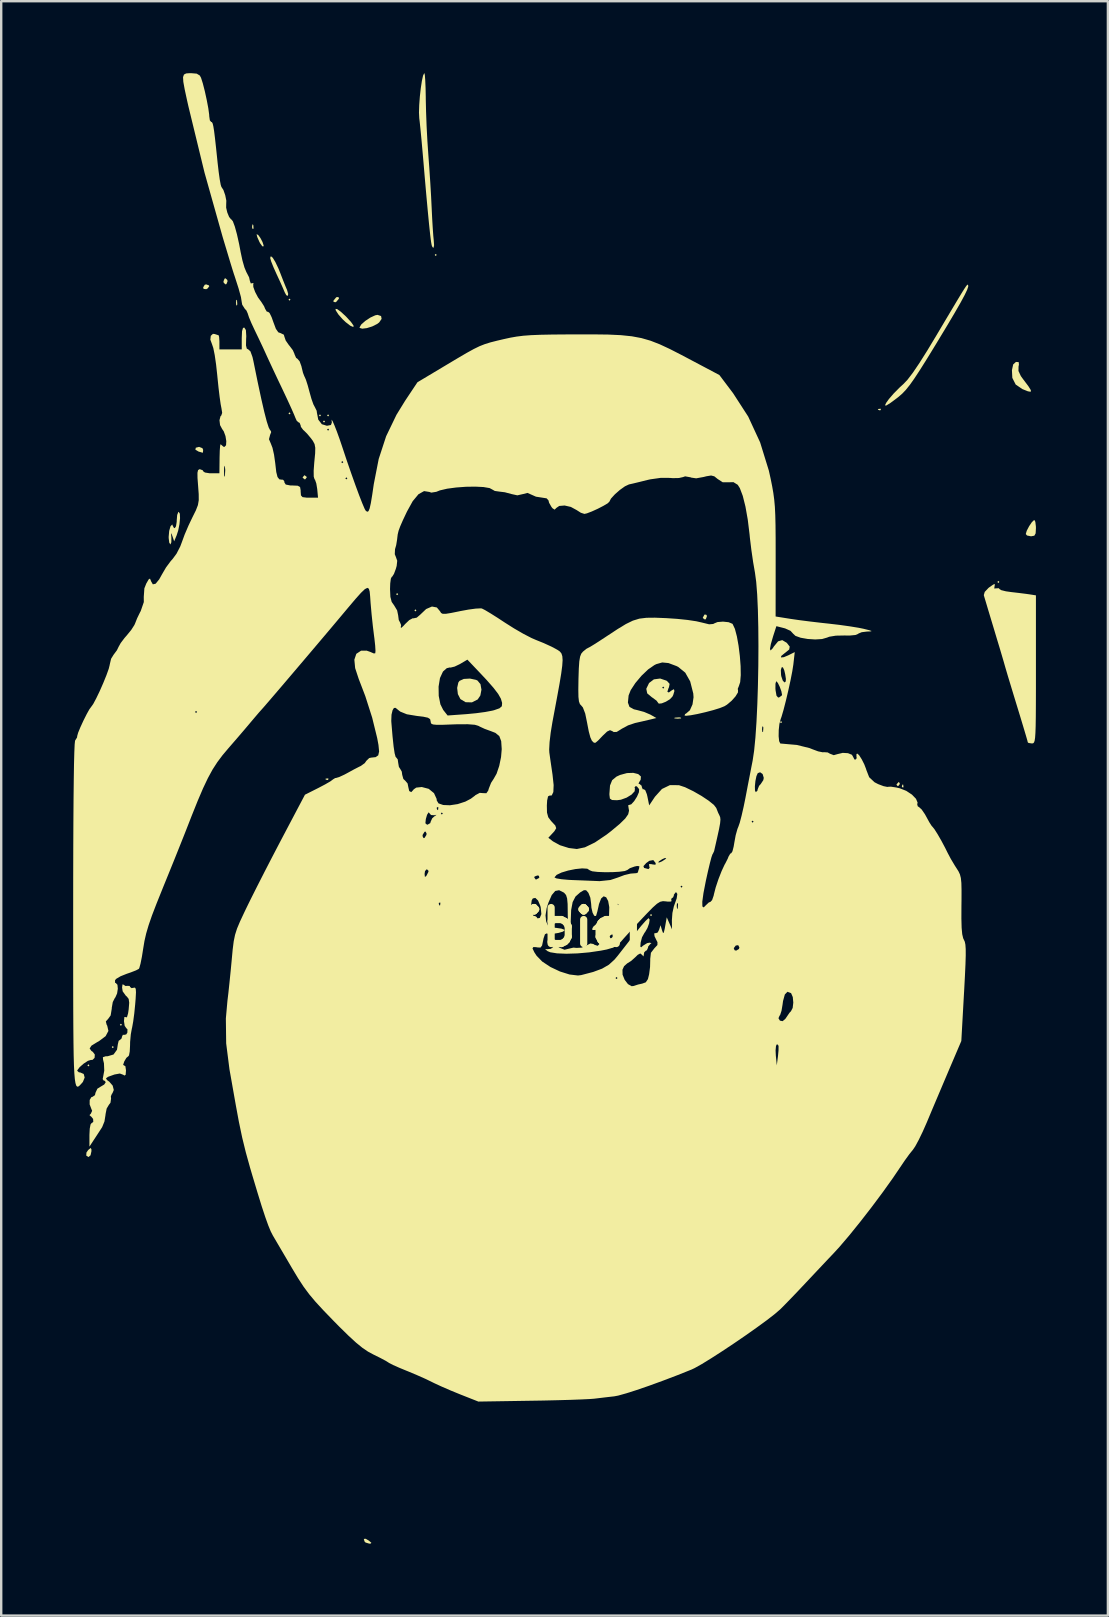
<source format=kicad_pcb>
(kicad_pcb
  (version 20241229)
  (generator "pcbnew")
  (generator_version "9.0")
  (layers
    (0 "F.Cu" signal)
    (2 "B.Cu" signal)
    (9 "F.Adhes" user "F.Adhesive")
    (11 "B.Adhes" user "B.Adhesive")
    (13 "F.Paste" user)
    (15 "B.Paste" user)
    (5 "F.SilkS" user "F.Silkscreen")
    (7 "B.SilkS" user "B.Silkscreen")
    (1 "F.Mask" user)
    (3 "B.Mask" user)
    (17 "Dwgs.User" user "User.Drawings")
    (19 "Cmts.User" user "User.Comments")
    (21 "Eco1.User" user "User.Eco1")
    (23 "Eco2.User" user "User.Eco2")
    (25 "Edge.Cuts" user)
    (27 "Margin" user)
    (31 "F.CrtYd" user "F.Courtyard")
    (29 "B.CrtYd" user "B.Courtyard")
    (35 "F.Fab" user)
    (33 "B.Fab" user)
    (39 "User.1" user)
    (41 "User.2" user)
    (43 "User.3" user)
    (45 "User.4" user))
  (footprint "skibidi"
    (layer "F.Cu")
    (at 20.066 35.602)
    (property "Reference" "skibidi" (at 0 0 0) (layer "F.SilkS") (effects (font (size 1.5 1.5) (thickness 0.3))))
    (attr board_only exclude_from_pos_files exclude_from_bom)
    (fp_poly (pts (xy -19.389 5.757) (xy -19.431 5.8) (xy -19.473 5.757) (xy -19.431 5.715)) (stroke (width 0) (type solid)) (fill yes) (layer "F.SilkS"))
    (fp_poly (pts (xy -18.373 4.995) (xy -18.415 5.038) (xy -18.457 4.995) (xy -18.415 4.953)) (stroke (width 0) (type solid)) (fill yes) (layer "F.SilkS"))
    (fp_poly (pts (xy -18.034 4.064) (xy -18.076 4.106) (xy -18.119 4.064) (xy -18.076 4.022)) (stroke (width 0) (type solid)) (fill yes) (layer "F.SilkS"))
    (fp_poly (pts (xy -11.007 -26.162) (xy -11.049 -26.12) (xy -11.091 -26.162) (xy -11.049 -26.204)) (stroke (width 0) (type solid)) (fill yes) (layer "F.SilkS"))
    (fp_poly (pts (xy -11.007 -21.421) (xy -11.049 -21.378) (xy -11.091 -21.421) (xy -11.049 -21.463)) (stroke (width 0) (type solid)) (fill yes) (layer "F.SilkS"))
    (fp_poly (pts (xy -9.737 -21.336) (xy -9.779 -21.294) (xy -9.821 -21.336) (xy -9.779 -21.378)) (stroke (width 0) (type solid)) (fill yes) (layer "F.SilkS"))
    (fp_poly (pts (xy -9.567 -21.082) (xy -9.61 -21.04) (xy -9.652 -21.082) (xy -9.61 -21.124)) (stroke (width 0) (type solid)) (fill yes) (layer "F.SilkS"))
    (fp_poly (pts (xy -9.398 -21.336) (xy -9.44 -21.294) (xy -9.483 -21.336) (xy -9.44 -21.378)) (stroke (width 0) (type solid)) (fill yes) (layer "F.SilkS"))
    (fp_poly (pts (xy -6.519 -13.885) (xy -6.562 -13.843) (xy -6.604 -13.885) (xy -6.562 -13.928)) (stroke (width 0) (type solid)) (fill yes) (layer "F.SilkS"))
    (fp_poly (pts (xy -5.757 -13.208) (xy -5.8 -13.166) (xy -5.842 -13.208) (xy -5.8 -13.25)) (stroke (width 0) (type solid)) (fill yes) (layer "F.SilkS"))
    (fp_poly (pts (xy -4.911 -28.025) (xy -4.953 -27.982) (xy -4.995 -28.025) (xy -4.953 -28.067)) (stroke (width 0) (type solid)) (fill yes) (layer "F.SilkS"))
    (fp_poly (pts (xy 4.064 -0.508) (xy 4.022 -0.466) (xy 3.979 -0.508) (xy 4.022 -0.55)) (stroke (width 0) (type solid)) (fill yes) (layer "F.SilkS"))
    (fp_poly (pts (xy 9.483 -8.551) (xy 9.44 -8.509) (xy 9.398 -8.551) (xy 9.44 -8.594)) (stroke (width 0) (type solid)) (fill yes) (layer "F.SilkS"))
    (fp_poly (pts (xy 18.542 -14.393) (xy 18.5 -14.351) (xy 18.457 -14.393) (xy 18.5 -14.436)) (stroke (width 0) (type solid)) (fill yes) (layer "F.SilkS"))
    (fp_poly (pts (xy -13.237 -26.141) (xy -13.225 -25.967) (xy -13.237 -25.929) (xy -13.267 -25.919) (xy -13.279 -26.035) (xy -13.266 -26.155)) (stroke (width 0) (type solid)) (fill yes) (layer "F.SilkS"))
    (fp_poly (pts (xy -12.557 -29.268) (xy -12.547 -29.136) (xy -12.564 -29.106) (xy -12.603 -29.131) (xy -12.609 -29.217) (xy -12.588 -29.307)) (stroke (width 0) (type solid)) (fill yes) (layer "F.SilkS"))
    (fp_poly (pts (xy -9.426 -6.195) (xy -9.438 -6.144) (xy -9.483 -6.138) (xy -9.552 -6.169) (xy -9.539 -6.195) (xy -9.439 -6.205)) (stroke (width 0) (type solid)) (fill yes) (layer "F.SilkS"))
    (fp_poly (pts (xy 13.603 -21.604) (xy 13.591 -21.554) (xy 13.547 -21.548) (xy 13.477 -21.579) (xy 13.49 -21.604) (xy 13.591 -21.614)) (stroke (width 0) (type solid)) (fill yes) (layer "F.SilkS"))
    (fp_poly (pts (xy 14.534 -5.941) (xy 14.545 -5.84) (xy 14.534 -5.828) (xy 14.484 -5.84) (xy 14.478 -5.884) (xy 14.509 -5.954)) (stroke (width 0) (type solid)) (fill yes) (layer "F.SilkS"))
    (fp_poly (pts (xy -14.408 -26.756) (xy -14.393 -26.721) (xy -14.461 -26.629) (xy -14.52 -26.597) (xy -14.63 -26.61) (xy -14.647 -26.673) (xy -14.58 -26.783) (xy -14.52 -26.797)) (stroke (width 0) (type solid)) (fill yes) (layer "F.SilkS"))
    (fp_poly (pts (xy -13.641 -26.982) (xy -13.631 -26.924) (xy -13.677 -26.811) (xy -13.716 -26.797) (xy -13.791 -26.866) (xy -13.801 -26.924) (xy -13.755 -27.037) (xy -13.716 -27.051)) (stroke (width 0) (type solid)) (fill yes) (layer "F.SilkS"))
    (fp_poly (pts (xy -10.332 -18.774) (xy -10.329 -18.754) (xy -10.394 -18.671) (xy -10.414 -18.669) (xy -10.496 -18.733) (xy -10.499 -18.754) (xy -10.434 -18.836) (xy -10.414 -18.838)) (stroke (width 0) (type solid)) (fill yes) (layer "F.SilkS"))
    (fp_poly (pts (xy -8.986 -26.25) (xy -8.991 -26.199) (xy -9.098 -26.071) (xy -9.139 -26.051) (xy -9.217 -26.074) (xy -9.213 -26.125) (xy -9.106 -26.253) (xy -9.065 -26.273)) (stroke (width 0) (type solid)) (fill yes) (layer "F.SilkS"))
    (fp_poly (pts (xy -7.741 25.568) (xy -7.635 25.659) (xy -7.665 25.691) (xy -7.721 25.694) (xy -7.876 25.649) (xy -7.92 25.606) (xy -7.952 25.497) (xy -7.873 25.49)) (stroke (width 0) (type solid)) (fill yes) (layer "F.SilkS"))
    (fp_poly (pts (xy 5.272 -8.734) (xy 5.275 -8.706) (xy 5.142 -8.695) (xy 5.122 -8.695) (xy 4.991 -8.707) (xy 5.004 -8.733) (xy 5.018 -8.737) (xy 5.203 -8.749)) (stroke (width 0) (type solid)) (fill yes) (layer "F.SilkS"))
    (fp_poly (pts (xy 6.338 -13.019) (xy 6.35 -12.959) (xy 6.306 -12.843) (xy 6.265 -12.827) (xy 6.183 -12.888) (xy 6.181 -12.907) (xy 6.242 -13.021) (xy 6.265 -13.039)) (stroke (width 0) (type solid)) (fill yes) (layer "F.SilkS"))
    (fp_poly (pts (xy 14.392 -5.988) (xy 14.393 -5.969) (xy 14.328 -5.888) (xy 14.304 -5.884) (xy 14.253 -5.936) (xy 14.266 -5.969) (xy 14.342 -6.05) (xy 14.356 -6.054)) (stroke (width 0) (type solid)) (fill yes) (layer "F.SilkS"))
    (fp_poly (pts (xy -19.306 9.253) (xy -19.304 9.333) (xy -19.341 9.505) (xy -19.426 9.578) (xy -19.52 9.519) (xy -19.52 9.518) (xy -19.513 9.392) (xy -19.441 9.287) (xy -19.338 9.2)) (stroke (width 0) (type solid)) (fill yes) (layer "F.SilkS"))
    (fp_poly (pts (xy -14.679 -19.971) (xy -14.647 -19.897) (xy -14.659 -19.789) (xy -14.668 -19.779) (xy -14.757 -19.806) (xy -14.838 -19.828) (xy -14.971 -19.905) (xy -14.955 -19.989) (xy -14.817 -20.024)) (stroke (width 0) (type solid)) (fill yes) (layer "F.SilkS"))
    (fp_poly (pts (xy -12.352 -28.857) (xy -12.26 -28.73) (xy -12.174 -28.565) (xy -12.128 -28.423) (xy -12.129 -28.383) (xy -12.181 -28.385) (xy -12.272 -28.511) (xy -12.304 -28.571) (xy -12.389 -28.762) (xy -12.419 -28.878) (xy -12.416 -28.888)) (stroke (width 0) (type solid)) (fill yes) (layer "F.SilkS"))
    (fp_poly (pts (xy -9.063 -25.768) (xy -8.91 -25.658) (xy -8.706 -25.47) (xy -8.681 -25.445) (xy -8.481 -25.226) (xy -8.378 -25.077) (xy -8.386 -25.019) (xy -8.389 -25.019) (xy -8.516 -25.076) (xy -8.706 -25.223) (xy -8.84 -25.35) (xy -9.014 -25.549) (xy -9.118 -25.711) (xy -9.132 -25.776)) (stroke (width 0) (type solid)) (fill yes) (layer "F.SilkS"))
    (fp_poly (pts (xy -7.231 -25.478) (xy -7.209 -25.359) (xy -7.312 -25.21) (xy -7.392 -25.149) (xy -7.599 -25.045) (xy -7.824 -24.975) (xy -8.016 -24.951) (xy -8.121 -24.982) (xy -8.128 -25.004) (xy -8.06 -25.124) (xy -7.891 -25.274) (xy -7.677 -25.415) (xy -7.473 -25.509) (xy -7.379 -25.527)) (stroke (width 0) (type solid)) (fill yes) (layer "F.SilkS"))
    (fp_poly (pts (xy 20.041 -16.901) (xy 20.064 -16.713) (xy 20.066 -16.637) (xy 20.054 -16.419) (xy 20 -16.322) (xy 19.873 -16.298) (xy 19.854 -16.298) (xy 19.695 -16.33) (xy 19.643 -16.391) (xy 19.684 -16.53) (xy 19.781 -16.715) (xy 19.895 -16.884) (xy 19.988 -16.973) (xy 20 -16.976)) (stroke (width 0) (type solid)) (fill yes) (layer "F.SilkS"))
    (fp_poly (pts (xy -3.272 -10.312) (xy -3.212 -10.284) (xy -3.087 -10.132) (xy -3.047 -9.902) (xy -3.093 -9.661) (xy -3.203 -9.496) (xy -3.444 -9.374) (xy -3.709 -9.381) (xy -3.924 -9.511) (xy -4.03 -9.719) (xy -4.06 -9.977) (xy -4.01 -10.203) (xy -3.962 -10.27) (xy -3.783 -10.351) (xy -3.527 -10.366)) (stroke (width 0) (type solid)) (fill yes) (layer "F.SilkS"))
    (fp_poly (pts (xy 19.348 -23.557) (xy 19.357 -23.447) (xy 19.341 -23.377) (xy 19.338 -23.188) (xy 19.438 -22.975) (xy 19.535 -22.841) (xy 19.75 -22.556) (xy 19.855 -22.388) (xy 19.849 -22.32) (xy 19.73 -22.341) (xy 19.501 -22.433) (xy 19.222 -22.623) (xy 19.082 -22.9) (xy 19.066 -23.223) (xy 19.118 -23.461) (xy 19.228 -23.561) (xy 19.244 -23.565)) (stroke (width 0) (type solid)) (fill yes) (layer "F.SilkS"))
    (fp_poly (pts (xy -11.748 -27.909) (xy -11.639 -27.732) (xy -11.513 -27.467) (xy -11.43 -27.263) (xy -11.314 -26.963) (xy -11.209 -26.702) (xy -11.15 -26.564) (xy -11.103 -26.4) (xy -11.117 -26.32) (xy -11.182 -26.346) (xy -11.248 -26.468) (xy -11.323 -26.645) (xy -11.444 -26.917) (xy -11.587 -27.224) (xy -11.589 -27.229) (xy -11.719 -27.519) (xy -11.814 -27.758) (xy -11.853 -27.897) (xy -11.853 -27.903) (xy -11.825 -27.973)) (stroke (width 0) (type solid)) (fill yes) (layer "F.SilkS"))
    (fp_poly (pts (xy -15.62 -17.241) (xy -15.611 -17.053) (xy -15.635 -16.803) (xy -15.687 -16.54) (xy -15.751 -16.341) (xy -15.856 -16.087) (xy -15.927 -16.298) (xy -15.973 -16.422) (xy -15.985 -16.398) (xy -15.972 -16.235) (xy -15.974 -16.048) (xy -16.011 -15.961) (xy -16.017 -15.96) (xy -16.061 -16.034) (xy -16.084 -16.22) (xy -16.085 -16.277) (xy -16.063 -16.522) (xy -16.011 -16.705) (xy -16.002 -16.722) (xy -15.934 -16.791) (xy -15.919 -16.743) (xy -15.864 -16.644) (xy -15.833 -16.637) (xy -15.78 -16.712) (xy -15.75 -16.9) (xy -15.748 -16.976) (xy -15.73 -17.188) (xy -15.684 -17.306) (xy -15.666 -17.314)) (stroke (width 0) (type solid)) (fill yes) (layer "F.SilkS"))
    (fp_poly (pts (xy 4.663 -10.28) (xy 4.694 -10.259) (xy 4.797 -10.145) (xy 4.769 -10.002) (xy 4.749 -9.963) (xy 4.703 -9.815) (xy 4.764 -9.786) (xy 4.894 -9.881) (xy 4.977 -9.923) (xy 4.996 -9.846) (xy 4.948 -9.685) (xy 4.912 -9.613) (xy 4.807 -9.503) (xy 4.641 -9.402) (xy 4.469 -9.333) (xy 4.346 -9.321) (xy 4.318 -9.355) (xy 4.252 -9.445) (xy 4.091 -9.565) (xy 4.064 -9.581) (xy 3.863 -9.749) (xy 3.824 -9.94) (xy 3.848 -9.991) (xy 4.487 -9.991) (xy 4.53 -9.948) (xy 4.572 -9.991) (xy 4.53 -10.033) (xy 4.487 -9.991) (xy 3.848 -9.991) (xy 3.94 -10.181) (xy 3.942 -10.183) (xy 4.14 -10.333) (xy 4.402 -10.368)) (stroke (width 0) (type solid)) (fill yes) (layer "F.SilkS"))
    (fp_poly (pts (xy 17.232 -26.781) (xy 17.238 -26.775) (xy 17.245 -26.711) (xy 17.2 -26.574) (xy 17.095 -26.354) (xy 16.925 -26.038) (xy 16.683 -25.616) (xy 16.363 -25.076) (xy 15.959 -24.407) (xy 15.894 -24.299) (xy 15.532 -23.708) (xy 15.24 -23.243) (xy 15.005 -22.884) (xy 14.812 -22.611) (xy 14.647 -22.405) (xy 14.495 -22.245) (xy 14.341 -22.111) (xy 14.302 -22.08) (xy 14.005 -21.858) (xy 13.829 -21.749) (xy 13.772 -21.753) (xy 13.829 -21.868) (xy 13.938 -22.019) (xy 14.143 -22.256) (xy 14.402 -22.517) (xy 14.531 -22.633) (xy 14.707 -22.816) (xy 14.93 -23.107) (xy 15.207 -23.516) (xy 15.547 -24.055) (xy 15.923 -24.68) (xy 16.287 -25.294) (xy 16.575 -25.777) (xy 16.794 -26.144) (xy 16.956 -26.412) (xy 17.07 -26.595) (xy 17.145 -26.708) (xy 17.19 -26.766) (xy 17.216 -26.786)) (stroke (width 0) (type solid)) (fill yes) (layer "F.SilkS"))
    (fp_poly (pts (xy -5.407 -35.523) (xy -5.39 -35.306) (xy -5.376 -34.983) (xy -5.368 -34.586) (xy -5.368 -34.523) (xy -5.356 -34.004) (xy -5.333 -33.393) (xy -5.3 -32.767) (xy -5.262 -32.216) (xy -5.221 -31.659) (xy -5.181 -31.052) (xy -5.146 -30.465) (xy -5.122 -29.974) (xy -5.122 -29.972) (xy -5.101 -29.54) (xy -5.077 -29.14) (xy -5.054 -28.818) (xy -5.036 -28.639) (xy -5.022 -28.426) (xy -5.043 -28.322) (xy -5.09 -28.351) (xy -5.121 -28.427) (xy -5.147 -28.568) (xy -5.184 -28.865) (xy -5.231 -29.304) (xy -5.286 -29.873) (xy -5.349 -30.559) (xy -5.418 -31.348) (xy -5.459 -31.835) (xy -5.504 -32.349) (xy -5.548 -32.841) (xy -5.589 -33.268) (xy -5.623 -33.593) (xy -5.639 -33.725) (xy -5.651 -33.961) (xy -5.641 -34.274) (xy -5.615 -34.625) (xy -5.576 -34.973) (xy -5.53 -35.278) (xy -5.481 -35.501) (xy -5.433 -35.6) (xy -5.426 -35.602)) (stroke (width 0) (type solid)) (fill yes) (layer "F.SilkS"))
    (fp_poly (pts (xy 18.343 -14.227) (xy 18.329 -14.12) (xy 18.414 -14.127) (xy 18.524 -14.132) (xy 18.542 -14.1) (xy 18.619 -14.052) (xy 18.817 -14.003) (xy 19.029 -13.973) (xy 19.354 -13.935) (xy 19.656 -13.897) (xy 19.791 -13.878) (xy 20.066 -13.835) (xy 20.066 -10.749) (xy 20.066 -9.945) (xy 20.064 -9.295) (xy 20.061 -8.781) (xy 20.055 -8.389) (xy 20.045 -8.1) (xy 20.031 -7.901) (xy 20.011 -7.773) (xy 19.985 -7.702) (xy 19.951 -7.67) (xy 19.909 -7.662) (xy 19.897 -7.662) (xy 19.759 -7.682) (xy 19.727 -7.709) (xy 19.704 -7.801) (xy 19.638 -8.027) (xy 19.538 -8.362) (xy 19.413 -8.777) (xy 19.293 -9.169) (xy 19.146 -9.65) (xy 19.012 -10.092) (xy 18.9 -10.461) (xy 18.822 -10.726) (xy 18.789 -10.837) (xy 18.728 -11.052) (xy 18.638 -11.358) (xy 18.554 -11.642) (xy 18.443 -12.007) (xy 18.32 -12.419) (xy 18.193 -12.84) (xy 18.075 -13.232) (xy 17.978 -13.558) (xy 17.911 -13.781) (xy 17.893 -13.845) (xy 17.932 -13.979) (xy 18.089 -14.145) (xy 18.128 -14.175) (xy 18.296 -14.291) (xy 18.359 -14.302)) (stroke (width 0) (type solid)) (fill yes) (layer "F.SilkS"))
    (fp_poly (pts (xy 4.646 -12.886) (xy 4.651 -12.886) (xy 5.109 -12.855) (xy 5.545 -12.81) (xy 5.908 -12.755) (xy 6.133 -12.704) (xy 6.444 -12.628) (xy 6.618 -12.642) (xy 6.637 -12.657) (xy 6.789 -12.721) (xy 7.021 -12.74) (xy 7.254 -12.716) (xy 7.412 -12.651) (xy 7.425 -12.636) (xy 7.518 -12.438) (xy 7.601 -12.123) (xy 7.671 -11.732) (xy 7.724 -11.306) (xy 7.756 -10.885) (xy 7.762 -10.508) (xy 7.738 -10.217) (xy 7.683 -10.052) (xy 7.634 -9.932) (xy 7.648 -9.892) (xy 7.645 -9.789) (xy 7.544 -9.624) (xy 7.379 -9.439) (xy 7.186 -9.277) (xy 7.084 -9.214) (xy 6.892 -9.137) (xy 6.612 -9.05) (xy 6.288 -8.965) (xy 5.963 -8.89) (xy 5.68 -8.837) (xy 5.484 -8.815) (xy 5.419 -8.825) (xy 5.442 -8.888) (xy 5.484 -8.909) (xy 5.641 -9.045) (xy 5.751 -9.29) (xy 5.794 -9.587) (xy 5.782 -9.747) (xy 5.654 -10.249) (xy 5.448 -10.612) (xy 5.155 -10.852) (xy 5.08 -10.889) (xy 4.748 -11.013) (xy 4.489 -11.038) (xy 4.242 -10.968) (xy 4.163 -10.929) (xy 3.9 -10.747) (xy 3.622 -10.481) (xy 3.367 -10.178) (xy 3.174 -9.883) (xy 3.087 -9.662) (xy 3.058 -9.366) (xy 3.124 -9.186) (xy 3.307 -9.085) (xy 3.446 -9.053) (xy 3.732 -8.976) (xy 3.99 -8.866) (xy 4.005 -8.858) (xy 4.243 -8.721) (xy 3.963 -8.653) (xy 3.681 -8.587) (xy 3.376 -8.518) (xy 3.357 -8.514) (xy 3.066 -8.416) (xy 2.797 -8.271) (xy 2.781 -8.259) (xy 2.593 -8.143) (xy 2.468 -8.137) (xy 2.407 -8.175) (xy 2.311 -8.215) (xy 2.191 -8.158) (xy 2.01 -7.986) (xy 1.995 -7.97) (xy 1.812 -7.779) (xy 1.708 -7.692) (xy 1.641 -7.692) (xy 1.57 -7.761) (xy 1.554 -7.78) (xy 1.493 -7.915) (xy 1.426 -8.165) (xy 1.365 -8.48) (xy 1.36 -8.51) (xy 1.278 -8.909) (xy 1.181 -9.162) (xy 1.119 -9.236) (xy 1.057 -9.303) (xy 1.017 -9.415) (xy 0.996 -9.603) (xy 0.991 -9.898) (xy 0.997 -10.332) (xy 0.997 -10.339) (xy 1.011 -10.778) (xy 1.031 -11.079) (xy 1.064 -11.277) (xy 1.113 -11.404) (xy 1.184 -11.489) (xy 1.322 -11.603) (xy 1.394 -11.642) (xy 1.479 -11.686) (xy 1.674 -11.805) (xy 1.945 -11.98) (xy 2.181 -12.135) (xy 2.628 -12.429) (xy 2.975 -12.64) (xy 3.264 -12.781) (xy 3.535 -12.864) (xy 3.829 -12.9) (xy 4.185 -12.904)) (stroke (width 0) (type solid)) (fill yes) (layer "F.SilkS"))
    (fp_poly (pts (xy -17.98 2.387) (xy -17.879 2.451) (xy -17.817 2.442) (xy -17.711 2.447) (xy -17.695 2.486) (xy -17.633 2.538) (xy -17.557 2.524) (xy -17.492 2.515) (xy -17.457 2.568) (xy -17.448 2.713) (xy -17.462 2.98) (xy -17.481 3.212) (xy -17.518 3.586) (xy -17.563 3.925) (xy -17.607 4.172) (xy -17.619 4.22) (xy -17.664 4.465) (xy -17.692 4.782) (xy -17.695 4.931) (xy -17.708 5.18) (xy -17.739 5.341) (xy -17.766 5.376) (xy -17.849 5.445) (xy -17.936 5.593) (xy -17.983 5.734) (xy -17.951 5.758) (xy -17.95 5.758) (xy -17.89 5.791) (xy -17.865 5.959) (xy -17.865 5.974) (xy -17.878 6.149) (xy -17.929 6.182) (xy -17.979 6.149) (xy -18.12 6.097) (xy -18.34 6.137) (xy -18.381 6.151) (xy -18.611 6.234) (xy -18.698 6.296) (xy -18.659 6.366) (xy -18.558 6.441) (xy -18.419 6.601) (xy -18.373 6.784) (xy -18.432 6.925) (xy -18.449 6.938) (xy -18.495 7.048) (xy -18.486 7.139) (xy -18.511 7.315) (xy -18.578 7.403) (xy -18.67 7.558) (xy -18.716 7.791) (xy -18.718 7.821) (xy -18.762 8.096) (xy -18.861 8.339) (xy -18.866 8.345) (xy -19.009 8.565) (xy -19.175 8.819) (xy -19.198 8.853) (xy -19.388 9.144) (xy -19.388 8.657) (xy -19.375 8.395) (xy -19.341 8.219) (xy -19.304 8.17) (xy -19.228 8.112) (xy -19.234 7.991) (xy -19.314 7.893) (xy -19.325 7.888) (xy -19.386 7.83) (xy -19.33 7.772) (xy -19.275 7.651) (xy -19.307 7.575) (xy -19.379 7.384) (xy -19.377 7.199) (xy -19.308 7.083) (xy -19.262 7.07) (xy -19.158 6.999) (xy -19.135 6.898) (xy -19.057 6.73) (xy -18.923 6.646) (xy -18.772 6.556) (xy -18.708 6.458) (xy -18.753 6.397) (xy -18.793 6.392) (xy -18.837 6.329) (xy -18.82 6.249) (xy -18.77 5.978) (xy -18.783 5.67) (xy -18.82 5.52) (xy -18.827 5.417) (xy -18.713 5.379) (xy -18.627 5.376) (xy -18.384 5.305) (xy -18.239 5.105) (xy -18.203 4.874) (xy -18.169 4.733) (xy -18.119 4.699) (xy -18.044 4.63) (xy -18.034 4.567) (xy -17.993 4.48) (xy -17.949 4.488) (xy -17.854 4.467) (xy -17.807 4.392) (xy -17.803 4.252) (xy -17.849 4.21) (xy -17.918 4.111) (xy -17.948 3.918) (xy -17.948 3.909) (xy -17.931 3.742) (xy -17.885 3.74) (xy -17.876 3.752) (xy -17.824 3.752) (xy -17.777 3.59) (xy -17.752 3.42) (xy -17.73 3.148) (xy -17.752 2.988) (xy -17.83 2.887) (xy -17.867 2.859) (xy -18.002 2.672) (xy -18.027 2.514) (xy -18.01 2.383)) (stroke (width 0) (type solid)) (fill yes) (layer "F.SilkS"))
    (fp_poly (pts (xy -14.916 -35.582) (xy -14.788 -35.504) (xy -14.737 -35.412) (xy -14.662 -35.178) (xy -14.578 -34.849) (xy -14.498 -34.483) (xy -14.433 -34.139) (xy -14.397 -33.875) (xy -14.393 -33.803) (xy -14.368 -33.634) (xy -14.314 -33.57) (xy -14.281 -33.558) (xy -14.252 -33.505) (xy -14.224 -33.391) (xy -14.192 -33.195) (xy -14.155 -32.895) (xy -14.108 -32.471) (xy -14.048 -31.899) (xy -14.046 -31.877) (xy -14.001 -31.489) (xy -13.956 -31.167) (xy -13.915 -30.946) (xy -13.887 -30.861) (xy -13.803 -30.732) (xy -13.727 -30.514) (xy -13.682 -30.288) (xy -13.687 -30.137) (xy -13.689 -29.994) (xy -13.642 -29.796) (xy -13.567 -29.612) (xy -13.489 -29.511) (xy -13.472 -29.506) (xy -13.409 -29.427) (xy -13.328 -29.21) (xy -13.238 -28.882) (xy -13.147 -28.473) (xy -13.085 -28.145) (xy -13.012 -27.802) (xy -12.927 -27.504) (xy -12.846 -27.308) (xy -12.835 -27.29) (xy -12.732 -27.09) (xy -12.7 -26.942) (xy -12.662 -26.837) (xy -12.602 -26.847) (xy -12.544 -26.857) (xy -12.56 -26.818) (xy -12.557 -26.691) (xy -12.482 -26.484) (xy -12.361 -26.254) (xy -12.219 -26.06) (xy -12.219 -26.06) (xy -12.108 -25.886) (xy -12.064 -25.779) (xy -11.994 -25.662) (xy -11.94 -25.653) (xy -11.879 -25.604) (xy -11.794 -25.431) (xy -11.723 -25.231) (xy -11.616 -24.945) (xy -11.514 -24.799) (xy -11.418 -24.765) (xy -11.284 -24.7) (xy -11.261 -24.616) (xy -11.206 -24.457) (xy -11.072 -24.264) (xy -11.049 -24.239) (xy -10.908 -24.052) (xy -10.839 -23.894) (xy -10.837 -23.877) (xy -10.772 -23.733) (xy -10.719 -23.698) (xy -10.627 -23.592) (xy -10.552 -23.387) (xy -10.542 -23.341) (xy -10.486 -23.113) (xy -10.426 -22.958) (xy -10.417 -22.945) (xy -10.364 -22.823) (xy -10.289 -22.589) (xy -10.215 -22.316) (xy -10.133 -22.023) (xy -10.051 -21.794) (xy -9.993 -21.685) (xy -9.916 -21.53) (xy -9.906 -21.45) (xy -9.85 -21.161) (xy -9.7 -20.968) (xy -9.488 -20.904) (xy -9.322 -20.936) (xy -9.283 -21.036) (xy -9.289 -21.082) (xy -9.293 -21.159) (xy -9.252 -21.098) (xy -9.176 -20.925) (xy -9.073 -20.662) (xy -8.954 -20.332) (xy -8.85 -20.024) (xy -8.664 -19.465) (xy -8.477 -18.924) (xy -8.3 -18.427) (xy -8.141 -17.996) (xy -8.009 -17.659) (xy -7.914 -17.438) (xy -7.87 -17.362) (xy -7.808 -17.319) (xy -7.756 -17.344) (xy -7.708 -17.456) (xy -7.658 -17.678) (xy -7.6 -18.028) (xy -7.535 -18.472) (xy -7.33 -19.52) (xy -7.02 -20.468) (xy -6.589 -21.362) (xy -6.232 -21.942) (xy -5.715 -22.718) (xy -4.53 -23.427) (xy -4.039 -23.72) (xy -3.662 -23.941) (xy -3.368 -24.103) (xy -3.126 -24.221) (xy -2.905 -24.308) (xy -2.673 -24.38) (xy -2.398 -24.45) (xy -2.117 -24.516) (xy -1.843 -24.576) (xy -1.581 -24.622) (xy -1.304 -24.657) (xy -0.981 -24.681) (xy -0.585 -24.697) (xy -0.087 -24.707) (xy 0.541 -24.712) (xy 0.804 -24.714) (xy 1.589 -24.714) (xy 2.234 -24.706) (xy 2.768 -24.681) (xy 3.221 -24.634) (xy 3.622 -24.559) (xy 4 -24.45) (xy 4.385 -24.3) (xy 4.806 -24.104) (xy 5.292 -23.855) (xy 5.54 -23.724) (xy 6.871 -23.019) (xy 7.442 -22.262) (xy 8.072 -21.288) (xy 8.57 -20.21) (xy 8.933 -19.035) (xy 9.007 -18.701) (xy 9.071 -18.384) (xy 9.12 -18.101) (xy 9.157 -17.824) (xy 9.184 -17.526) (xy 9.201 -17.179) (xy 9.211 -16.756) (xy 9.216 -16.227) (xy 9.217 -15.566) (xy 9.217 -15.315) (xy 9.215 -12.954) (xy 9.835 -12.855) (xy 10.188 -12.804) (xy 10.641 -12.746) (xy 11.126 -12.689) (xy 11.43 -12.656) (xy 11.875 -12.604) (xy 12.31 -12.543) (xy 12.677 -12.483) (xy 12.869 -12.444) (xy 13.12 -12.382) (xy 13.218 -12.348) (xy 13.175 -12.332) (xy 13.022 -12.326) (xy 12.803 -12.299) (xy 12.665 -12.242) (xy 12.655 -12.229) (xy 12.543 -12.183) (xy 12.308 -12.16) (xy 12.078 -12.162) (xy 11.727 -12.155) (xy 11.451 -12.11) (xy 11.358 -12.074) (xy 11.15 -12.014) (xy 10.865 -11.997) (xy 10.551 -12.017) (xy 10.26 -12.068) (xy 10.042 -12.146) (xy 9.949 -12.233) (xy 9.836 -12.356) (xy 9.614 -12.456) (xy 9.574 -12.467) (xy 9.247 -12.55) (xy 9.111 -12.129) (xy 9.015 -11.798) (xy 8.98 -11.599) (xy 9.005 -11.537) (xy 9.089 -11.622) (xy 9.143 -11.705) (xy 9.319 -11.919) (xy 9.492 -11.969) (xy 9.678 -11.858) (xy 9.688 -11.847) (xy 9.803 -11.698) (xy 9.781 -11.577) (xy 9.613 -11.44) (xy 9.602 -11.433) (xy 9.449 -11.308) (xy 9.439 -11.246) (xy 9.557 -11.258) (xy 9.742 -11.335) (xy 10.012 -11.47) (xy 9.954 -10.951) (xy 9.91 -10.67) (xy 9.836 -10.292) (xy 9.743 -9.866) (xy 9.642 -9.438) (xy 9.544 -9.057) (xy 9.46 -8.771) (xy 9.426 -8.678) (xy 9.373 -8.475) (xy 9.345 -8.219) (xy 9.341 -7.962) (xy 9.362 -7.758) (xy 9.409 -7.661) (xy 9.418 -7.659) (xy 10.101 -7.599) (xy 10.631 -7.468) (xy 10.745 -7.422) (xy 10.987 -7.332) (xy 11.178 -7.293) (xy 11.233 -7.298) (xy 11.387 -7.287) (xy 11.476 -7.236) (xy 11.638 -7.173) (xy 11.798 -7.218) (xy 12.013 -7.269) (xy 12.232 -7.256) (xy 12.396 -7.189) (xy 12.446 -7.102) (xy 12.5 -6.996) (xy 12.54 -6.985) (xy 12.596 -7.047) (xy 12.585 -7.112) (xy 12.585 -7.221) (xy 12.622 -7.239) (xy 12.697 -7.17) (xy 12.804 -7.002) (xy 12.91 -6.793) (xy 12.985 -6.6) (xy 12.995 -6.562) (xy 13.115 -6.254) (xy 13.339 -6.044) (xy 13.488 -5.967) (xy 13.712 -5.882) (xy 13.872 -5.849) (xy 13.906 -5.855) (xy 14.022 -5.86) (xy 14.242 -5.826) (xy 14.392 -5.792) (xy 14.66 -5.686) (xy 14.898 -5.529) (xy 15.067 -5.354) (xy 15.134 -5.194) (xy 15.117 -5.129) (xy 15.14 -5.041) (xy 15.194 -5.008) (xy 15.303 -4.909) (xy 15.439 -4.711) (xy 15.502 -4.597) (xy 15.623 -4.375) (xy 15.721 -4.223) (xy 15.752 -4.191) (xy 15.833 -4.091) (xy 15.965 -3.883) (xy 16.123 -3.609) (xy 16.282 -3.31) (xy 16.385 -3.102) (xy 16.519 -2.849) (xy 16.691 -2.561) (xy 16.748 -2.473) (xy 16.837 -2.333) (xy 16.898 -2.204) (xy 16.937 -2.052) (xy 16.958 -1.846) (xy 16.965 -1.551) (xy 16.964 -1.136) (xy 16.961 -0.895) (xy 16.959 -0.363) (xy 16.969 0.024) (xy 16.994 0.291) (xy 17.034 0.46) (xy 17.064 0.523) (xy 17.101 0.603) (xy 17.126 0.724) (xy 17.139 0.907) (xy 17.14 1.174) (xy 17.129 1.544) (xy 17.106 2.04) (xy 17.072 2.683) (xy 17.069 2.724) (xy 16.956 4.741) (xy 16.432 5.969) (xy 16.211 6.491) (xy 15.973 7.052) (xy 15.745 7.591) (xy 15.553 8.049) (xy 15.52 8.128) (xy 15.349 8.516) (xy 15.18 8.865) (xy 15.035 9.133) (xy 14.941 9.271) (xy 14.788 9.461) (xy 14.597 9.725) (xy 14.466 9.919) (xy 14.096 10.465) (xy 13.666 11.066) (xy 13.202 11.687) (xy 12.731 12.293) (xy 12.28 12.851) (xy 11.875 13.326) (xy 11.634 13.589) (xy 11.434 13.799) (xy 11.155 14.095) (xy 10.832 14.438) (xy 10.502 14.789) (xy 10.482 14.81) (xy 10.162 15.15) (xy 9.855 15.471) (xy 9.594 15.739) (xy 9.412 15.922) (xy 9.398 15.935) (xy 9.173 16.128) (xy 8.84 16.386) (xy 8.426 16.688) (xy 7.96 17.017) (xy 7.471 17.352) (xy 6.986 17.674) (xy 6.534 17.965) (xy 6.144 18.205) (xy 5.843 18.374) (xy 5.715 18.435) (xy 5.119 18.673) (xy 4.522 18.9) (xy 3.949 19.109) (xy 3.43 19.288) (xy 2.99 19.428) (xy 2.658 19.521) (xy 2.493 19.553) (xy 2.133 19.594) (xy 1.75 19.64) (xy 1.651 19.652) (xy 1.451 19.667) (xy 1.109 19.683) (xy 0.655 19.7) (xy 0.116 19.715) (xy -0.479 19.729) (xy -0.974 19.737) (xy -3.175 19.772) (xy -3.937 19.471) (xy -4.325 19.312) (xy -4.705 19.147) (xy -5.015 19.004) (xy -5.102 18.961) (xy -5.382 18.825) (xy -5.747 18.663) (xy -6.122 18.506) (xy -6.16 18.491) (xy -6.475 18.361) (xy -6.734 18.246) (xy -6.892 18.165) (xy -6.913 18.151) (xy -7.034 18.075) (xy -7.261 17.954) (xy -7.543 17.814) (xy -7.548 17.812) (xy -7.778 17.688) (xy -8.012 17.529) (xy -8.274 17.315) (xy -8.589 17.026) (xy -8.982 16.64) (xy -9.2 16.419) (xy -9.627 15.977) (xy -9.961 15.615) (xy -10.229 15.296) (xy -10.462 14.981) (xy -10.688 14.635) (xy -10.936 14.223) (xy -11.175 13.815) (xy -11.4 13.432) (xy -11.588 13.112) (xy -11.718 12.891) (xy -11.741 12.852) (xy -11.831 12.677) (xy -11.934 12.427) (xy -12.057 12.084) (xy -12.206 11.633) (xy -12.384 11.056) (xy -12.599 10.339) (xy -12.689 10.033) (xy -12.868 9.389) (xy -13.021 8.765) (xy -13.161 8.095) (xy -13.288 7.408) (xy -13.345 7.085) (xy -13.42 6.661) (xy -13.501 6.201) (xy -13.55 5.927) (xy -13.651 5.133) (xy 9.214 5.133) (xy 9.224 5.348) (xy 9.264 5.757) (xy 9.313 5.376) (xy 9.336 5.133) (xy 9.338 4.964) (xy 9.332 4.93) (xy 9.273 4.87) (xy 9.231 4.947) (xy 9.214 5.133) (xy -13.651 5.133) (xy -13.688 4.841) (xy -13.701 3.808) (xy -13.7 3.792) (xy 9.334 3.792) (xy 9.394 3.892) (xy 9.506 3.915) (xy 9.618 3.822) (xy 9.688 3.72) (xy 9.794 3.564) (xy 9.854 3.502) (xy 9.926 3.364) (xy 9.952 3.141) (xy 9.931 2.911) (xy 9.863 2.753) (xy 9.853 2.743) (xy 9.709 2.69) (xy 9.6 2.801) (xy 9.524 3.076) (xy 9.503 3.231) (xy 9.461 3.481) (xy 9.404 3.655) (xy 9.375 3.695) (xy 9.334 3.792) (xy -13.7 3.792) (xy -13.636 3.073) (xy -13.596 2.738) (xy -13.549 2.295) (xy -13.531 2.117) (xy 2.54 2.117) (xy 2.582 2.159) (xy 2.625 2.117) (xy 2.582 2.074) (xy 2.54 2.117) (xy -13.531 2.117) (xy -13.499 1.803) (xy -13.457 1.359) (xy -13.416 0.919) (xy -13.411 0.882) (xy -0.919 0.882) (xy -0.842 1.044) (xy -0.749 1.187) (xy -0.512 1.431) (xy -0.17 1.657) (xy 0.226 1.844) (xy 0.624 1.969) (xy 0.974 2.011) (xy 1.109 1.995) (xy 1.609 1.864) (xy 1.981 1.726) (xy 2.264 1.562) (xy 2.497 1.35) (xy 2.626 1.197) (xy 2.85 0.91) (xy 3.122 0.561) (xy 3.387 0.221) (xy 3.409 0.194) (xy 3.618 -0.065) (xy 3.793 -0.263) (xy 3.905 -0.369) (xy 3.925 -0.378) (xy 3.964 -0.316) (xy 3.941 -0.16) (xy 3.872 0.031) (xy 3.775 0.201) (xy 3.75 0.23) (xy 3.645 0.42) (xy 3.589 0.637) (xy 3.576 0.808) (xy 3.611 0.836) (xy 3.69 0.767) (xy 3.859 0.662) (xy 3.964 0.642) (xy 4.041 0.663) (xy 4 0.691) (xy 3.903 0.803) (xy 3.895 0.854) (xy 3.847 0.962) (xy 3.81 0.974) (xy 3.738 1.044) (xy 3.724 1.122) (xy 3.708 1.217) (xy 3.649 1.153) (xy 3.647 1.151) (xy 3.574 1.092) (xy 3.467 1.15) (xy 3.374 1.242) (xy 3.193 1.404) (xy 3.033 1.504) (xy 3.029 1.506) (xy 2.898 1.623) (xy 2.831 1.771) (xy 2.836 1.977) (xy 2.924 2.193) (xy 3.06 2.37) (xy 3.212 2.457) (xy 3.29 2.449) (xy 3.481 2.388) (xy 3.652 2.35) (xy 3.804 2.295) (xy 3.892 2.162) (xy 3.942 1.96) (xy 3.981 1.658) (xy 3.989 1.369) (xy 3.987 1.329) (xy 4.017 1.065) (xy 4.159 0.88) (xy 4.165 0.873) (xy 7.47 0.873) (xy 7.507 0.959) (xy 7.571 0.974) (xy 7.687 0.905) (xy 7.705 0.84) (xy 7.655 0.747) (xy 7.554 0.762) (xy 7.47 0.873) (xy 4.165 0.873) (xy 4.288 0.741) (xy 4.29 0.621) (xy 4.251 0.547) (xy 4.168 0.375) (xy 4.154 0.258) (xy 4.213 0.242) (xy 4.224 0.248) (xy 4.302 0.216) (xy 4.358 0.105) (xy 4.418 -0.085) (xy 4.481 0.127) (xy 4.522 0.238) (xy 4.554 0.223) (xy 4.592 0.064) (xy 4.61 -0.038) (xy 4.677 -0.414) (xy 4.787 -0.165) (xy 4.896 0.085) (xy 4.891 -0.296) (xy 4.913 -0.597) (xy 4.974 -0.874) (xy 4.98 -0.889) (xy 5.093 -0.889) (xy 5.107 -0.769) (xy 5.136 -0.783) (xy 5.147 -0.957) (xy 5.136 -0.995) (xy 5.105 -1.005) (xy 5.093 -0.889) (xy 4.98 -0.889) (xy 4.995 -0.931) (xy 5.091 -1.202) (xy 5.118 -1.387) (xy 5.072 -1.457) (xy 5.045 -1.452) (xy 4.972 -1.354) (xy 4.974 -1.323) (xy 4.936 -1.234) (xy 4.906 -1.228) (xy 4.858 -1.174) (xy 4.875 -1.132) (xy 4.863 -1.071) (xy 4.705 -1.07) (xy 4.649 -1.078) (xy 4.519 -1.088) (xy 4.403 -1.062) (xy 4.271 -0.981) (xy 4.096 -0.825) (xy 3.85 -0.575) (xy 3.675 -0.39) (xy 3.379 -0.074) (xy 3.104 0.223) (xy 2.884 0.466) (xy 2.767 0.601) (xy 2.618 0.749) (xy 2.438 0.85) (xy 2.174 0.927) (xy 1.93 0.975) (xy 1.442 1.047) (xy 0.952 1.09) (xy 0.494 1.104) (xy 0.105 1.088) (xy -0.179 1.043) (xy -0.296 0.993) (xy -0.393 0.911) (xy -0.346 0.909) (xy -0.324 0.916) (xy -0.155 0.899) (xy -0.083 0.845) (xy 0.011 0.772) (xy 0.134 0.807) (xy 0.214 0.856) (xy 0.416 0.938) (xy 0.573 0.899) (xy 0.787 0.849) (xy 0.917 0.861) (xy 1.127 0.85) (xy 1.318 0.766) (xy 1.494 0.676) (xy 1.619 0.698) (xy 1.663 0.73) (xy 1.798 0.774) (xy 1.893 0.676) (xy 1.932 0.457) (xy 1.929 0.385) (xy 2.299 0.385) (xy 2.325 0.457) (xy 2.366 0.453) (xy 2.457 0.382) (xy 2.462 0.358) (xy 2.406 0.292) (xy 2.322 0.34) (xy 2.299 0.385) (xy 1.929 0.385) (xy 1.927 0.339) (xy 1.889 0.16) (xy 1.792 0.106) (xy 1.71 0.112) (xy 1.575 0.116) (xy 1.577 0.044) (xy 1.622 -0.032) (xy 1.788 -0.17) (xy 1.986 -0.229) (xy 2.176 -0.276) (xy 2.256 -0.404) (xy 2.272 -0.5) (xy 2.281 -0.838) (xy 2.272 -0.889) (xy 2.54 -0.889) (xy 2.569 -0.807) (xy 2.577 -0.804) (xy 2.65 -0.864) (xy 2.667 -0.889) (xy 2.66 -0.967) (xy 2.63 -0.974) (xy 2.543 -0.912) (xy 2.54 -0.889) (xy 2.272 -0.889) (xy 2.235 -1.093) (xy 2.152 -1.248) (xy 2.048 -1.29) (xy 1.943 -1.2) (xy 1.852 -0.965) (xy 1.836 -0.888) (xy 1.783 -0.652) (xy 1.737 -0.496) (xy 1.723 -0.468) (xy 1.653 -0.478) (xy 1.585 -0.609) (xy 1.537 -0.815) (xy 1.525 -0.979) (xy 1.492 -1.231) (xy 1.413 -1.431) (xy 1.407 -1.44) (xy 1.316 -1.543) (xy 1.222 -1.544) (xy 1.065 -1.451) (xy 0.874 -1.281) (xy 0.754 -1.048) (xy 0.692 -0.717) (xy 0.677 -0.319) (xy 0.669 -0.048) (xy 0.646 0.13) (xy 0.615 0.177) (xy 0.614 0.176) (xy 0.585 0.067) (xy 0.563 -0.167) (xy 0.551 -0.484) (xy 0.55 -0.607) (xy 0.545 -0.969) (xy 0.524 -1.201) (xy 0.48 -1.342) (xy 0.404 -1.432) (xy 0.383 -1.448) (xy 0.19 -1.544) (xy 0.029 -1.513) (xy -0.116 -1.343) (xy -0.256 -1.023) (xy -0.328 -0.804) (xy -0.376 -0.495) (xy -0.352 -0.253) (xy -0.288 -0.089) (xy -0.172 -0.009) (xy 0.051 0.025) (xy 0.069 0.026) (xy 0.287 0.057) (xy 0.412 0.105) (xy 0.423 0.124) (xy 0.349 0.183) (xy 0.171 0.235) (xy -0.048 0.271) (xy -0.242 0.278) (xy -0.334 0.257) (xy -0.401 0.295) (xy -0.46 0.468) (xy -0.475 0.545) (xy -0.52 0.761) (xy -0.585 0.847) (xy -0.705 0.842) (xy -0.73 0.836) (xy -0.882 0.819) (xy -0.919 0.882) (xy -13.411 0.882) (xy -13.374 0.587) (xy -13.318 0.315) (xy -13.235 0.054) (xy -13.11 -0.243) (xy -12.93 -0.627) (xy -12.847 -0.8) (xy -12.762 -0.974) (xy -4.826 -0.974) (xy -4.795 -0.904) (xy -4.77 -0.917) (xy -4.769 -0.921) (xy -0.978 -0.921) (xy -0.949 -0.684) (xy -0.88 -0.476) (xy -0.787 -0.364) (xy -0.774 -0.36) (xy -0.616 -0.388) (xy -0.549 -0.548) (xy -0.577 -0.828) (xy -0.592 -0.888) (xy -0.686 -1.112) (xy -0.8 -1.223) (xy -0.906 -1.201) (xy -0.952 -1.122) (xy -0.978 -0.921) (xy -4.769 -0.921) (xy -4.759 -1.018) (xy -4.77 -1.03) (xy -4.82 -1.018) (xy -4.826 -0.974) (xy -12.762 -0.974) (xy -12.653 -1.195) (xy -12.403 -1.693) (xy 5.249 -1.693) (xy 5.292 -1.651) (xy 5.334 -1.693) (xy 5.292 -1.736) (xy 5.249 -1.693) (xy -12.403 -1.693) (xy -12.4 -1.699) (xy -12.209 -2.074) (xy -0.847 -2.074) (xy -0.786 -1.992) (xy -0.767 -1.99) (xy -0.652 -2.051) (xy -0.635 -2.074) (xy -0.635 -2.075) (xy 0 -2.075) (xy 0.078 -2.037) (xy 0.288 -2.002) (xy 0.59 -1.975) (xy 0.741 -1.968) (xy 1.137 -1.953) (xy 1.522 -1.937) (xy 1.824 -1.925) (xy 1.875 -1.922) (xy 2.331 -1.97) (xy 2.637 -2.072) (xy 2.911 -2.175) (xy 3.165 -2.236) (xy 3.239 -2.242) (xy 3.408 -2.254) (xy 3.471 -2.279) (xy 3.498 -2.378) (xy 3.524 -2.453) (xy 3.536 -2.544) (xy 3.505 -2.547) (xy 3.705 -2.547) (xy 3.731 -2.475) (xy 3.743 -2.47) (xy 3.916 -2.424) (xy 3.964 -2.48) (xy 3.947 -2.546) (xy 3.94 -2.637) (xy 4.052 -2.628) (xy 4.075 -2.621) (xy 4.206 -2.605) (xy 4.217 -2.674) (xy 4.193 -2.703) (xy 4.318 -2.703) (xy 4.38 -2.704) (xy 4.487 -2.752) (xy 4.62 -2.839) (xy 4.657 -2.885) (xy 4.594 -2.884) (xy 4.487 -2.836) (xy 4.354 -2.749) (xy 4.318 -2.703) (xy 4.193 -2.703) (xy 4.116 -2.8) (xy 3.951 -2.77) (xy 3.822 -2.677) (xy 3.705 -2.547) (xy 3.505 -2.547) (xy 3.442 -2.554) (xy 3.334 -2.531) (xy 3.14 -2.462) (xy 3.035 -2.387) (xy 2.928 -2.344) (xy 2.704 -2.314) (xy 2.41 -2.297) (xy 2.092 -2.295) (xy 1.798 -2.306) (xy 1.574 -2.332) (xy 1.468 -2.373) (xy 1.465 -2.377) (xy 1.363 -2.441) (xy 1.148 -2.454) (xy 0.868 -2.425) (xy 0.567 -2.364) (xy 0.291 -2.281) (xy 0.087 -2.184) (xy 0.000472 -2.083) (xy 0 -2.075) (xy -0.635 -2.075) (xy -0.654 -2.147) (xy -0.715 -2.159) (xy -0.831 -2.115) (xy -0.847 -2.074) (xy -12.209 -2.074) (xy -12.133 -2.223) (xy -5.417 -2.223) (xy -5.404 -2.099) (xy -5.354 -2.129) (xy -5.334 -2.159) (xy -5.262 -2.301) (xy -5.251 -2.349) (xy -5.314 -2.411) (xy -5.334 -2.413) (xy -5.4 -2.341) (xy -5.417 -2.223) (xy -12.133 -2.223) (xy -12.107 -2.275) (xy -11.794 -2.882) (xy -11.481 -3.482) (xy -11.37 -3.694) (xy -11.314 -3.8) (xy -5.503 -3.8) (xy -5.461 -3.716) (xy -5.419 -3.725) (xy -5.342 -3.847) (xy -5.334 -3.905) (xy -5.376 -3.988) (xy -5.419 -3.979) (xy -5.496 -3.857) (xy -5.503 -3.8) (xy -11.314 -3.8) (xy -11.032 -4.335) (xy -5.384 -4.335) (xy -5.316 -4.277) (xy -5.293 -4.276) (xy -5.18 -4.341) (xy -5.165 -4.398) (xy -5.1 -4.541) (xy -5.016 -4.617) (xy -4.92 -4.684) (xy -4.967 -4.681) (xy -5.011 -4.668) (xy -5.149 -4.678) (xy -5.19 -4.725) (xy -5.204 -4.741) (xy -4.741 -4.741) (xy -4.699 -4.699) (xy -4.657 -4.741) (xy -4.699 -4.784) (xy -4.741 -4.741) (xy -5.204 -4.741) (xy -5.248 -4.791) (xy -5.314 -4.689) (xy -5.366 -4.508) (xy -5.384 -4.335) (xy -11.032 -4.335) (xy -10.706 -4.953) (xy -4.911 -4.953) (xy -4.88 -4.883) (xy -4.854 -4.897) (xy -4.844 -4.997) (xy -4.854 -5.009) (xy -4.905 -4.998) (xy -4.911 -4.953) (xy -10.706 -4.953) (xy -10.404 -5.525) (xy -9.838 -5.81) (xy -9.561 -5.956) (xy -9.35 -6.078) (xy -9.247 -6.153) (xy -9.243 -6.159) (xy -9.145 -6.219) (xy -9.108 -6.223) (xy -8.977 -6.262) (xy -8.761 -6.362) (xy -8.628 -6.433) (xy -8.371 -6.574) (xy -8.148 -6.689) (xy -8.076 -6.723) (xy -7.911 -6.842) (xy -7.846 -6.936) (xy -7.727 -7.052) (xy -7.644 -7.071) (xy -7.457 -7.091) (xy -7.349 -7.167) (xy -7.313 -7.327) (xy -7.34 -7.6) (xy -7.393 -7.886) (xy -7.57 -8.606) (xy -6.806 -8.606) (xy -6.803 -8.551) (xy -6.754 -7.965) (xy -6.709 -7.536) (xy -6.666 -7.252) (xy -6.625 -7.102) (xy -6.594 -7.07) (xy -6.537 -6.997) (xy -6.519 -6.863) (xy -6.488 -6.684) (xy -6.435 -6.604) (xy -6.368 -6.487) (xy -6.35 -6.354) (xy -6.302 -6.181) (xy -6.223 -6.108) (xy -6.126 -5.995) (xy -6.096 -5.845) (xy -6.058 -5.678) (xy -5.973 -5.633) (xy -5.884 -5.728) (xy -5.878 -5.743) (xy -5.766 -5.821) (xy -5.539 -5.845) (xy -5.532 -5.845) (xy -5.246 -5.77) (xy -5.025 -5.59) (xy -4.915 -5.35) (xy -4.911 -5.288) (xy -4.837 -5.164) (xy -4.641 -5.096) (xy -4.362 -5.085) (xy -4.037 -5.134) (xy -3.719 -5.237) (xy -3.489 -5.358) (xy -3.318 -5.486) (xy -3.302 -5.504) (xy -3.119 -5.602) (xy -2.993 -5.592) (xy -2.843 -5.586) (xy -2.765 -5.696) (xy -2.742 -5.777) (xy -2.646 -6.02) (xy -2.541 -6.181) (xy -2.416 -6.401) (xy -2.306 -6.726) (xy -2.23 -7.093) (xy -2.202 -7.425) (xy -2.224 -7.758) (xy -2.304 -7.97) (xy -2.468 -8.103) (xy -2.653 -8.175) (xy -2.911 -8.269) (xy -3.121 -8.366) (xy -3.161 -8.39) (xy -3.322 -8.44) (xy -3.621 -8.463) (xy -4.07 -8.461) (xy -4.24 -8.455) (xy -4.646 -8.44) (xy -4.911 -8.438) (xy -5.066 -8.453) (xy -5.141 -8.489) (xy -5.163 -8.55) (xy -5.165 -8.583) (xy -5.187 -8.675) (xy -5.278 -8.735) (xy -5.473 -8.777) (xy -5.736 -8.808) (xy -6.158 -8.878) (xy -6.431 -8.989) (xy -6.491 -9.035) (xy -6.625 -9.145) (xy -6.695 -9.141) (xy -6.752 -9.046) (xy -6.796 -8.862) (xy -6.806 -8.606) (xy -7.57 -8.606) (xy -7.601 -8.734) (xy -7.888 -9.632) (xy -8.04 -10.03) (xy -4.834 -10.03) (xy -4.828 -9.644) (xy -4.758 -9.292) (xy -4.642 -9.06) (xy -4.458 -8.827) (xy -3.67 -8.884) (xy -3.271 -8.922) (xy -2.892 -8.973) (xy -2.595 -9.029) (xy -2.52 -9.048) (xy -2.295 -9.127) (xy -2.197 -9.213) (xy -2.186 -9.342) (xy -2.188 -9.36) (xy -2.237 -9.527) (xy -2.349 -9.725) (xy -2.543 -9.979) (xy -2.832 -10.308) (xy -3.12 -10.615) (xy -3.633 -11.155) (xy -3.945 -10.971) (xy -4.164 -10.866) (xy -4.334 -10.824) (xy -4.369 -10.829) (xy -4.493 -10.799) (xy -4.642 -10.667) (xy -4.654 -10.653) (xy -4.776 -10.388) (xy -4.834 -10.03) (xy -8.04 -10.03) (xy -8.165 -10.356) (xy -8.312 -10.803) (xy -8.345 -11.154) (xy -8.263 -11.398) (xy -8.069 -11.526) (xy -8.063 -11.528) (xy -7.833 -11.531) (xy -7.684 -11.479) (xy -7.538 -11.415) (xy -7.474 -11.42) (xy -7.464 -11.519) (xy -7.477 -11.742) (xy -7.51 -12.045) (xy -7.521 -12.125) (xy -7.573 -12.545) (xy -7.625 -13.034) (xy -7.666 -13.493) (xy -7.669 -13.529) (xy -7.687 -13.794) (xy -7.706 -13.991) (xy -7.736 -14.097) (xy -6.858 -14.097) (xy -6.843 -13.772) (xy -6.789 -13.562) (xy -6.689 -13.42) (xy -6.562 -13.208) (xy -6.519 -13.001) (xy -6.494 -12.807) (xy -6.438 -12.702) (xy -6.395 -12.593) (xy -6.411 -12.507) (xy -6.397 -12.475) (xy -6.302 -12.558) (xy -6.227 -12.641) (xy -6.057 -12.803) (xy -5.914 -12.879) (xy -5.876 -12.878) (xy -5.746 -12.905) (xy -5.609 -13.021) (xy -5.352 -13.265) (xy -5.11 -13.369) (xy -4.906 -13.33) (xy -4.773 -13.171) (xy -4.73 -13.101) (xy -4.662 -13.065) (xy -4.534 -13.065) (xy -4.312 -13.101) (xy -3.961 -13.172) (xy -3.941 -13.177) (xy -3.587 -13.242) (xy -3.284 -13.283) (xy -3.077 -13.293) (xy -3.029 -13.287) (xy -2.9 -13.222) (xy -2.665 -13.082) (xy -2.361 -12.89) (xy -2.069 -12.698) (xy -1.688 -12.457) (xy -1.301 -12.233) (xy -0.961 -12.057) (xy -0.779 -11.978) (xy -0.451 -11.845) (xy -0.133 -11.7) (xy 0.021 -11.619) (xy 0.134 -11.556) (xy 0.223 -11.493) (xy 0.287 -11.413) (xy 0.324 -11.299) (xy 0.336 -11.132) (xy 0.32 -10.896) (xy 0.277 -10.571) (xy 0.206 -10.141) (xy 0.105 -9.587) (xy -0.025 -8.892) (xy -0.089 -8.551) (xy -0.16 -8.117) (xy -0.207 -7.72) (xy -0.224 -7.409) (xy -0.217 -7.281) (xy -0.18 -7.016) (xy -0.129 -6.666) (xy -0.084 -6.358) (xy -0.038 -5.927) (xy -0.05 -5.637) (xy -0.118 -5.494) (xy -0.205 -5.489) (xy -0.271 -5.456) (xy -0.309 -5.283) (xy -0.321 -5.073) (xy -0.315 -4.779) (xy -0.262 -4.586) (xy -0.144 -4.428) (xy -0.124 -4.408) (xy 0.031 -4.241) (xy 0.069 -4.128) (xy -0.005 -4.005) (xy -0.087 -3.915) (xy -0.259 -3.73) (xy -0.066 -3.58) (xy 0.227 -3.419) (xy 0.596 -3.303) (xy 0.931 -3.262) (xy 1.266 -3.332) (xy 1.682 -3.534) (xy 2.166 -3.86) (xy 2.366 -4.015) (xy 2.718 -4.309) (xy 2.947 -4.533) (xy 3.07 -4.709) (xy 3.105 -4.86) (xy 3.087 -4.964) (xy 3.07 -5.085) (xy 3.105 -5.097) (xy 3.198 -5.125) (xy 3.32 -5.259) (xy 3.437 -5.444) (xy 3.517 -5.628) (xy 3.526 -5.756) (xy 3.434 -5.869) (xy 3.384 -5.884) (xy 3.334 -5.831) (xy 3.35 -5.79) (xy 3.34 -5.669) (xy 3.21 -5.53) (xy 3.004 -5.403) (xy 2.765 -5.316) (xy 2.603 -5.295) (xy 2.396 -5.304) (xy 2.307 -5.365) (xy 2.287 -5.521) (xy 2.287 -5.567) (xy 2.312 -5.908) (xy 2.401 -6.13) (xy 2.581 -6.279) (xy 2.73 -6.348) (xy 3.02 -6.427) (xy 3.283 -6.436) (xy 3.488 -6.385) (xy 3.6 -6.285) (xy 3.589 -6.145) (xy 3.553 -6.092) (xy 3.498 -5.99) (xy 3.546 -5.969) (xy 3.629 -5.9) (xy 3.641 -5.837) (xy 3.679 -5.748) (xy 3.72 -5.754) (xy 3.782 -5.711) (xy 3.848 -5.545) (xy 3.872 -5.442) (xy 3.945 -5.08) (xy 4.185 -5.44) (xy 4.477 -5.764) (xy 4.81 -5.925) (xy 5.185 -5.922) (xy 5.439 -5.838) (xy 5.787 -5.669) (xy 6.128 -5.473) (xy 6.425 -5.275) (xy 6.642 -5.1) (xy 6.74 -4.973) (xy 6.82 -4.771) (xy 6.87 -4.67) (xy 6.904 -4.589) (xy 6.915 -4.487) (xy 6.901 -4.331) (xy 6.857 -4.092) (xy 6.779 -3.737) (xy 6.719 -3.471) (xy 6.675 -3.28) (xy 6.652 -3.175) (xy 6.652 -3.175) (xy 6.605 -3.074) (xy 6.581 -3.035) (xy 6.54 -2.917) (xy 6.475 -2.67) (xy 6.394 -2.33) (xy 6.309 -1.945) (xy 6.208 -1.427) (xy 6.159 -1.068) (xy 6.162 -0.868) (xy 6.217 -0.826) (xy 6.309 -0.919) (xy 6.431 -1.034) (xy 6.498 -1.058) (xy 6.568 -1.133) (xy 6.632 -1.317) (xy 6.644 -1.376) (xy 6.716 -1.656) (xy 6.831 -2.002) (xy 6.964 -2.342) (xy 7.088 -2.609) (xy 7.122 -2.667) (xy 7.221 -2.863) (xy 7.251 -2.942) (xy 7.324 -3.067) (xy 7.368 -3.09) (xy 7.416 -3.166) (xy 7.466 -3.362) (xy 7.495 -3.535) (xy 7.55 -3.835) (xy 7.624 -4.098) (xy 7.662 -4.191) (xy 7.72 -4.357) (xy 7.732 -4.403) (xy 8.213 -4.403) (xy 8.255 -4.36) (xy 8.297 -4.403) (xy 8.255 -4.445) (xy 8.213 -4.403) (xy 7.732 -4.403) (xy 7.796 -4.648) (xy 7.881 -5.019) (xy 7.954 -5.376) (xy 8.042 -5.837) (xy 8.049 -5.876) (xy 8.351 -5.876) (xy 8.355 -5.701) (xy 8.39 -5.63) (xy 8.46 -5.698) (xy 8.467 -5.747) (xy 8.526 -5.895) (xy 8.594 -5.969) (xy 8.702 -6.133) (xy 8.721 -6.228) (xy 8.673 -6.388) (xy 8.568 -6.461) (xy 8.47 -6.423) (xy 8.415 -6.298) (xy 8.373 -6.096) (xy 8.351 -5.876) (xy 8.049 -5.876) (xy 8.133 -6.307) (xy 8.213 -6.722) (xy 8.257 -6.943) (xy 8.319 -7.357) (xy 8.373 -7.907) (xy 8.397 -8.255) (xy 8.649 -8.255) (xy 8.663 -8.135) (xy 8.692 -8.149) (xy 8.703 -8.323) (xy 8.692 -8.361) (xy 8.661 -8.371) (xy 8.649 -8.255) (xy 8.397 -8.255) (xy 8.418 -8.565) (xy 8.453 -9.303) (xy 8.474 -9.949) (xy 9.207 -9.949) (xy 9.213 -9.876) (xy 9.252 -9.653) (xy 9.32 -9.576) (xy 9.364 -9.582) (xy 9.471 -9.659) (xy 9.483 -9.691) (xy 9.454 -9.84) (xy 9.387 -10.024) (xy 9.309 -10.183) (xy 9.246 -10.253) (xy 9.239 -10.251) (xy 9.209 -10.152) (xy 9.207 -9.949) (xy 8.474 -9.949) (xy 8.478 -10.094) (xy 8.49 -10.714) (xy 9.433 -10.714) (xy 9.442 -10.521) (xy 9.451 -10.465) (xy 9.513 -10.283) (xy 9.585 -10.204) (xy 9.636 -10.245) (xy 9.644 -10.351) (xy 9.614 -10.548) (xy 9.576 -10.709) (xy 9.517 -10.839) (xy 9.464 -10.83) (xy 9.433 -10.714) (xy 8.49 -10.714) (xy 8.494 -10.909) (xy 8.499 -11.722) (xy 8.493 -12.505) (xy 8.476 -13.23) (xy 8.447 -13.87) (xy 8.406 -14.397) (xy 8.354 -14.782) (xy 8.353 -14.788) (xy 8.278 -15.22) (xy 8.204 -15.731) (xy 8.143 -16.23) (xy 8.129 -16.377) (xy 8.054 -16.991) (xy 7.958 -17.534) (xy 7.846 -17.981) (xy 7.724 -18.304) (xy 7.636 -18.443) (xy 7.457 -18.554) (xy 7.247 -18.548) (xy 7.008 -18.55) (xy 6.799 -18.685) (xy 6.661 -18.796) (xy 6.527 -18.831) (xy 6.329 -18.799) (xy 6.217 -18.77) (xy 5.904 -18.713) (xy 5.694 -18.744) (xy 5.669 -18.756) (xy 5.443 -18.796) (xy 5.355 -18.765) (xy 5.184 -18.726) (xy 4.926 -18.721) (xy 4.8 -18.731) (xy 4.423 -18.732) (xy 3.99 -18.671) (xy 3.869 -18.644) (xy 3.549 -18.564) (xy 3.259 -18.494) (xy 3.102 -18.459) (xy 2.934 -18.38) (xy 2.721 -18.228) (xy 2.512 -18.044) (xy 2.351 -17.867) (xy 2.286 -17.741) (xy 2.286 -17.74) (xy 2.216 -17.672) (xy 2.037 -17.566) (xy 1.801 -17.444) (xy 1.555 -17.332) (xy 1.348 -17.253) (xy 1.244 -17.23) (xy 1.095 -17.279) (xy 0.919 -17.391) (xy 0.68 -17.521) (xy 0.42 -17.58) (xy 0.196 -17.562) (xy 0.08 -17.483) (xy 0.003 -17.408) (xy -0.084 -17.465) (xy -0.129 -17.521) (xy -0.227 -17.693) (xy -0.254 -17.796) (xy -0.331 -17.879) (xy -0.529 -17.91) (xy -0.774 -17.948) (xy -0.961 -18.031) (xy -1.128 -18.105) (xy -1.325 -18.055) (xy -1.551 -18.004) (xy -1.809 -18.061) (xy -2.071 -18.132) (xy -2.308 -18.161) (xy -2.491 -18.187) (xy -2.576 -18.236) (xy -2.705 -18.306) (xy -2.962 -18.35) (xy -3.307 -18.367) (xy -3.7 -18.361) (xy -4.104 -18.331) (xy -4.477 -18.281) (xy -4.781 -18.21) (xy -4.929 -18.151) (xy -5.137 -18.117) (xy -5.219 -18.146) (xy -5.439 -18.181) (xy -5.671 -18.051) (xy -5.913 -17.76) (xy -6.151 -17.329) (xy -6.323 -16.965) (xy -6.434 -16.711) (xy -6.501 -16.529) (xy -6.538 -16.375) (xy -6.558 -16.211) (xy -6.562 -16.171) (xy -6.601 -15.929) (xy -6.65 -15.758) (xy -6.66 -15.55) (xy -6.615 -15.438) (xy -6.558 -15.278) (xy -6.581 -15.063) (xy -6.615 -14.941) (xy -6.693 -14.732) (xy -6.767 -14.615) (xy -6.787 -14.605) (xy -6.824 -14.528) (xy -6.85 -14.328) (xy -6.858 -14.097) (xy -7.736 -14.097) (xy -7.74 -14.111) (xy -7.802 -14.148) (xy -7.906 -14.095) (xy -8.066 -13.943) (xy -8.295 -13.687) (xy -8.607 -13.318) (xy -9.017 -12.829) (xy -9.043 -12.798) (xy -9.387 -12.389) (xy -9.77 -11.936) (xy -10.173 -11.46) (xy -10.582 -10.978) (xy -10.979 -10.511) (xy -11.349 -10.076) (xy -11.675 -9.695) (xy -11.942 -9.384) (xy -12.132 -9.164) (xy -12.23 -9.054) (xy -12.232 -9.052) (xy -12.328 -8.944) (xy -12.496 -8.747) (xy -12.7 -8.506) (xy -12.7 -8.505) (xy -12.943 -8.218) (xy -13.241 -7.87) (xy -13.537 -7.529) (xy -13.589 -7.469) (xy -13.841 -7.17) (xy -14.059 -6.879) (xy -14.258 -6.57) (xy -14.45 -6.217) (xy -14.651 -5.794) (xy -14.873 -5.275) (xy -15.13 -4.635) (xy -15.27 -4.276) (xy -15.423 -3.886) (xy -15.623 -3.384) (xy -15.852 -2.812) (xy -16.094 -2.215) (xy -16.33 -1.635) (xy -16.34 -1.609) (xy -16.59 -0.988) (xy -16.781 -0.491) (xy -16.921 -0.086) (xy -17.022 0.257) (xy -17.094 0.571) (xy -17.145 0.878) (xy -17.201 1.229) (xy -17.258 1.515) (xy -17.308 1.696) (xy -17.329 1.735) (xy -17.444 1.796) (xy -17.664 1.882) (xy -17.836 1.941) (xy -18.089 2.042) (xy -18.269 2.148) (xy -18.32 2.206) (xy -18.32 2.312) (xy -18.285 2.328) (xy -18.22 2.398) (xy -18.205 2.563) (xy -18.235 2.759) (xy -18.307 2.923) (xy -18.33 2.951) (xy -18.415 3.118) (xy -18.457 3.358) (xy -18.457 3.392) (xy -18.504 3.676) (xy -18.606 3.817) (xy -18.704 3.926) (xy -18.672 4.058) (xy -18.647 4.101) (xy -18.597 4.321) (xy -18.713 4.539) (xy -18.994 4.75) (xy -19.071 4.792) (xy -19.303 4.935) (xy -19.379 5.052) (xy -19.305 5.157) (xy -19.249 5.192) (xy -19.164 5.306) (xy -19.173 5.443) (xy -19.26 5.529) (xy -19.324 5.53) (xy -19.45 5.568) (xy -19.626 5.683) (xy -19.794 5.829) (xy -19.89 5.957) (xy -19.897 5.984) (xy -19.828 6.046) (xy -19.767 6.054) (xy -19.626 6.116) (xy -19.587 6.265) (xy -19.66 6.446) (xy -19.688 6.48) (xy -19.754 6.553) (xy -19.811 6.611) (xy -19.861 6.644) (xy -19.904 6.642) (xy -19.941 6.595) (xy -19.971 6.493) (xy -19.997 6.327) (xy -20.017 6.087) (xy -20.033 5.763) (xy -20.045 5.344) (xy -20.053 4.822) (xy -20.059 4.186) (xy -20.063 3.427) (xy -20.065 2.534) (xy -20.066 1.498) (xy -20.066 0.309) (xy -20.066 -0.545) (xy -20.065 -1.977) (xy -20.062 -3.257) (xy -20.057 -4.382) (xy -20.05 -5.35) (xy -20.041 -6.16) (xy -20.031 -6.809) (xy -20.018 -7.296) (xy -20.004 -7.619) (xy -19.988 -7.774) (xy -19.981 -7.789) (xy -19.905 -7.911) (xy -19.897 -7.974) (xy -19.86 -8.107) (xy -19.766 -8.336) (xy -19.64 -8.61) (xy -19.506 -8.877) (xy -19.452 -8.975) (xy -14.986 -8.975) (xy -14.944 -8.932) (xy -14.901 -8.975) (xy -14.944 -9.017) (xy -14.986 -8.975) (xy -19.452 -8.975) (xy -19.389 -9.087) (xy -19.316 -9.186) (xy -19.231 -9.305) (xy -19.106 -9.539) (xy -18.959 -9.845) (xy -18.811 -10.182) (xy -18.68 -10.505) (xy -18.584 -10.772) (xy -18.542 -10.94) (xy -18.542 -10.95) (xy -18.485 -11.192) (xy -18.383 -11.357) (xy -18.242 -11.547) (xy -18.172 -11.691) (xy -18.085 -11.847) (xy -17.924 -12.06) (xy -17.829 -12.169) (xy -17.646 -12.393) (xy -17.513 -12.601) (xy -17.48 -12.677) (xy -17.401 -12.877) (xy -17.28 -13.126) (xy -17.251 -13.178) (xy -17.121 -13.555) (xy -17.123 -13.771) (xy -17.098 -14.127) (xy -17.017 -14.331) (xy -16.918 -14.501) (xy -16.864 -14.534) (xy -16.826 -14.444) (xy -16.822 -14.428) (xy -16.745 -14.294) (xy -16.629 -14.32) (xy -16.48 -14.502) (xy -16.363 -14.712) (xy -16.195 -15) (xy -15.998 -15.265) (xy -15.925 -15.346) (xy -15.758 -15.571) (xy -15.602 -15.874) (xy -15.536 -16.05) (xy -15.42 -16.367) (xy -15.257 -16.748) (xy -15.094 -17.09) (xy -14.95 -17.38) (xy -14.866 -17.597) (xy -14.831 -17.801) (xy -14.833 -18.057) (xy -14.857 -18.381) (xy -14.883 -18.73) (xy -14.885 -18.944) (xy -14.861 -19.053) (xy -14.807 -19.091) (xy -14.782 -19.092) (xy -14.664 -19.049) (xy -14.647 -19.008) (xy -14.572 -18.955) (xy -14.385 -18.925) (xy -14.309 -18.923) (xy -13.97 -18.923) (xy -13.969 -19.008) (xy -13.778 -19.008) (xy -13.771 -18.825) (xy -13.754 -18.774) (xy -13.741 -18.817) (xy -13.727 -19.064) (xy -13.741 -19.198) (xy -13.762 -19.238) (xy -13.775 -19.132) (xy -13.778 -19.008) (xy -13.969 -19.008) (xy -13.963 -19.579) (xy -13.955 -19.871) (xy -13.94 -20.068) (xy -13.92 -20.138) (xy -13.914 -20.13) (xy -13.802 -20.031) (xy -13.757 -20.024) (xy -13.693 -20.093) (xy -13.683 -20.263) (xy -13.717 -20.475) (xy -13.79 -20.673) (xy -13.857 -20.77) (xy -13.943 -20.932) (xy -13.967 -21.136) (xy -13.925 -21.299) (xy -13.892 -21.332) (xy -13.855 -21.443) (xy -13.884 -21.628) (xy -13.918 -21.804) (xy -13.961 -22.108) (xy -14.008 -22.5) (xy -14.053 -22.939) (xy -14.059 -23.002) (xy -14.109 -23.461) (xy -14.166 -23.854) (xy -14.225 -24.147) (xy -14.279 -24.306) (xy -14.28 -24.309) (xy -14.348 -24.492) (xy -14.33 -24.653) (xy -14.24 -24.736) (xy -14.164 -24.728) (xy -14.034 -24.685) (xy -14.005 -24.68) (xy -13.982 -24.606) (xy -13.97 -24.423) (xy -13.97 -24.384) (xy -13.97 -24.088) (xy -13.504 -24.088) (xy -13.039 -24.088) (xy -13.039 -24.56) (xy -13.027 -24.845) (xy -12.987 -24.982) (xy -12.933 -24.998) (xy -12.866 -24.893) (xy -12.85 -24.636) (xy -12.856 -24.525) (xy -12.862 -24.254) (xy -12.829 -24.119) (xy -12.768 -24.088) (xy -12.677 -24.006) (xy -12.591 -23.769) (xy -12.553 -23.601) (xy -12.377 -22.737) (xy -12.227 -22.035) (xy -12.101 -21.487) (xy -11.998 -21.088) (xy -11.915 -20.832) (xy -11.852 -20.712) (xy -11.831 -20.701) (xy -11.812 -20.639) (xy -11.856 -20.526) (xy -11.904 -20.344) (xy -11.826 -20.161) (xy -11.758 -19.986) (xy -11.693 -19.7) (xy -11.645 -19.361) (xy -11.64 -19.32) (xy -11.6 -18.974) (xy -11.548 -18.768) (xy -11.471 -18.671) (xy -11.355 -18.655) (xy -11.324 -18.659) (xy -11.268 -18.6) (xy -11.261 -18.542) (xy -11.205 -18.454) (xy -11.019 -18.417) (xy -10.922 -18.415) (xy -10.705 -18.405) (xy -10.608 -18.351) (xy -10.584 -18.216) (xy -10.583 -18.161) (xy -10.571 -18.002) (xy -10.504 -17.929) (xy -10.334 -17.908) (xy -10.221 -17.907) (xy -9.859 -17.907) (xy -9.893 -18.267) (xy -9.931 -18.5) (xy -9.985 -18.654) (xy -10.006 -18.677) (xy -10.016 -18.711) (xy -8.721 -18.711) (xy -8.678 -18.669) (xy -8.636 -18.711) (xy -8.678 -18.754) (xy -8.721 -18.711) (xy -10.016 -18.711) (xy -10.038 -18.786) (xy -10.041 -19.034) (xy -10.015 -19.389) (xy -8.89 -19.389) (xy -8.848 -19.346) (xy -8.805 -19.389) (xy -8.848 -19.431) (xy -8.89 -19.389) (xy -10.015 -19.389) (xy -10.014 -19.395) (xy -10.012 -19.415) (xy -9.979 -19.76) (xy -9.974 -19.985) (xy -10.003 -20.14) (xy -10.074 -20.274) (xy -10.153 -20.381) (xy -10.314 -20.574) (xy -10.449 -20.708) (xy -10.474 -20.726) (xy -10.487 -20.743) (xy -9.483 -20.743) (xy -9.44 -20.701) (xy -9.398 -20.743) (xy -9.44 -20.786) (xy -9.483 -20.743) (xy -10.487 -20.743) (xy -10.574 -20.861) (xy -10.583 -20.917) (xy -10.627 -21.027) (xy -10.662 -21.04) (xy -10.746 -21.11) (xy -10.801 -21.23) (xy -10.86 -21.376) (xy -10.976 -21.639) (xy -11.134 -21.984) (xy -11.318 -22.375) (xy -11.347 -22.437) (xy -11.549 -22.86) (xy -11.742 -23.271) (xy -11.906 -23.623) (xy -12.019 -23.869) (xy -12.022 -23.876) (xy -12.158 -24.174) (xy -12.332 -24.542) (xy -12.498 -24.887) (xy -12.635 -25.18) (xy -12.736 -25.421) (xy -12.783 -25.563) (xy -12.785 -25.575) (xy -12.844 -25.709) (xy -12.912 -25.781) (xy -13.02 -25.951) (xy -13.039 -26.055) (xy -13.072 -26.268) (xy -13.172 -26.632) (xy -13.336 -27.142) (xy -13.363 -27.22) (xy -13.414 -27.38) (xy -13.487 -27.618) (xy -13.508 -27.686) (xy -13.579 -27.922) (xy -13.681 -28.261) (xy -13.796 -28.642) (xy -13.839 -28.787) (xy -14.59 -31.455) (xy -15.264 -34.227) (xy -15.321 -34.48) (xy -15.418 -34.929) (xy -15.474 -35.239) (xy -15.486 -35.435) (xy -15.448 -35.544) (xy -15.357 -35.591) (xy -15.21 -35.602) (xy -15.154 -35.602)) (stroke (width 0) (type solid)) (fill yes) (layer "F.SilkS")))
  (gr_rect
    (start -3 -3)
    (end 43.132 64.296)
    (stroke (width 0.1) (type default))
    (fill no)
    (layer "Edge.Cuts")))
</source>
